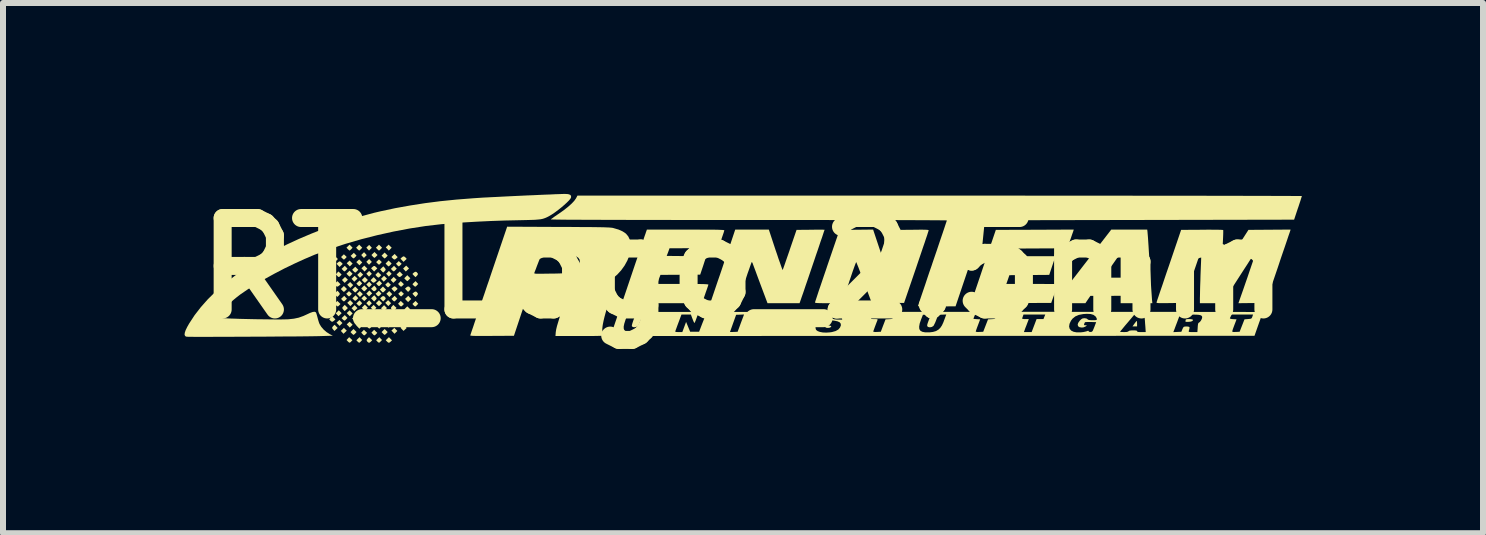
<source format=kicad_pcb>
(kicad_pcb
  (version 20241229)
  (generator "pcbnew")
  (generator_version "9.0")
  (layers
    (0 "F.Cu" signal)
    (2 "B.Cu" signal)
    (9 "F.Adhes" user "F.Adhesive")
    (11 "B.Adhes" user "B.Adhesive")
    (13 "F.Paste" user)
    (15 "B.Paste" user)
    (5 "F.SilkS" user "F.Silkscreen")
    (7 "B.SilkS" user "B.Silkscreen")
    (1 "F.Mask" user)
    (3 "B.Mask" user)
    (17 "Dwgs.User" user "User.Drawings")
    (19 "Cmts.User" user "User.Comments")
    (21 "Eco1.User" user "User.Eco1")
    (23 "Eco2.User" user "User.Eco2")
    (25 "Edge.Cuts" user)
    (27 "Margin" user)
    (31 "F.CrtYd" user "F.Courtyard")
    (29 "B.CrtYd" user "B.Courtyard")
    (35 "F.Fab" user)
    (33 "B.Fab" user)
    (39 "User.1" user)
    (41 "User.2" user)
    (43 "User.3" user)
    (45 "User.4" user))
  (footprint "RT_Logo_2.5mm"
    (layer "F.Cu")
    (at 9.333 1.418)
    (property "Reference" "RT_Logo_2.5mm" (at 0 0 0) (layer "F.SilkS") (effects (font (size 1.524 1.524) (thickness 0.3))))
    (attr board_only exclude_from_pos_files exclude_from_bom)
    (fp_poly (pts (xy -6.425 0.175) (xy -6.479 0.227) (xy -6.524 0.179) (xy -6.473 0.128)) (stroke (width 0) (type solid)) (fill yes) (layer "F.SilkS"))
    (fp_poly (pts (xy -6.425 0.666) (xy -6.479 0.717) (xy -6.524 0.669) (xy -6.473 0.618)) (stroke (width 0) (type solid)) (fill yes) (layer "F.SilkS"))
    (fp_poly (pts (xy -6.336 0.434) (xy -6.384 0.482) (xy -6.435 0.428) (xy -6.387 0.383)) (stroke (width 0) (type solid)) (fill yes) (layer "F.SilkS"))
    (fp_poly (pts (xy -5.934 0.175) (xy -5.988 0.227) (xy -6.033 0.179) (xy -5.982 0.128)) (stroke (width 0) (type solid)) (fill yes) (layer "F.SilkS"))
    (fp_poly (pts (xy -5.934 0.666) (xy -5.988 0.717) (xy -6.033 0.669) (xy -5.982 0.618)) (stroke (width 0) (type solid)) (fill yes) (layer "F.SilkS"))
    (fp_poly (pts (xy -5.865 0.585) (xy -5.912 0.633) (xy -5.963 0.579) (xy -5.915 0.534)) (stroke (width 0) (type solid)) (fill yes) (layer "F.SilkS"))
    (fp_poly (pts (xy -5.846 0.434) (xy -5.893 0.482) (xy -5.944 0.428) (xy -5.897 0.383)) (stroke (width 0) (type solid)) (fill yes) (layer "F.SilkS"))
    (fp_poly (pts (xy -5.774 0.194) (xy -5.828 0.246) (xy -5.873 0.198) (xy -5.822 0.147)) (stroke (width 0) (type solid)) (fill yes) (layer "F.SilkS"))
    (fp_poly (pts (xy -6.953 0.43) (xy -6.98 0.456) (xy -7.007 0.481) (xy -7.052 0.434) (xy -7.027 0.408) (xy -7.001 0.383)) (stroke (width 0) (type solid)) (fill yes) (layer "F.SilkS"))
    (fp_poly (pts (xy -6.799 0.009) (xy -6.846 0.057) (xy -6.872 0.03) (xy -6.897 0.003) (xy -6.874 -0.019) (xy -6.85 -0.042)) (stroke (width 0) (type solid)) (fill yes) (layer "F.SilkS"))
    (fp_poly (pts (xy -6.689 0.751) (xy -6.716 0.777) (xy -6.743 0.802) (xy -6.765 0.778) (xy -6.788 0.754) (xy -6.737 0.703)) (stroke (width 0) (type solid)) (fill yes) (layer "F.SilkS"))
    (fp_poly (pts (xy -6.676 0.915) (xy -6.724 0.963) (xy -6.749 0.936) (xy -6.775 0.909) (xy -6.751 0.887) (xy -6.727 0.864)) (stroke (width 0) (type solid)) (fill yes) (layer "F.SilkS"))
    (fp_poly (pts (xy -6.604 1.043) (xy -6.658 1.095) (xy -6.68 1.071) (xy -6.703 1.047) (xy -6.677 1.021) (xy -6.652 0.996)) (stroke (width 0) (type solid)) (fill yes) (layer "F.SilkS"))
    (fp_poly (pts (xy -6.585 0.194) (xy -6.612 0.22) (xy -6.639 0.246) (xy -6.662 0.222) (xy -6.684 0.198) (xy -6.633 0.147)) (stroke (width 0) (type solid)) (fill yes) (layer "F.SilkS"))
    (fp_poly (pts (xy -6.532 -0.101) (xy -6.506 -0.075) (xy -6.554 -0.028) (xy -6.579 -0.055) (xy -6.605 -0.081) (xy -6.557 -0.126)) (stroke (width 0) (type solid)) (fill yes) (layer "F.SilkS"))
    (fp_poly (pts (xy -6.532 0.729) (xy -6.506 0.755) (xy -6.554 0.802) (xy -6.579 0.776) (xy -6.605 0.749) (xy -6.557 0.704)) (stroke (width 0) (type solid)) (fill yes) (layer "F.SilkS"))
    (fp_poly (pts (xy -6.522 0.56) (xy -6.497 0.585) (xy -6.544 0.633) (xy -6.596 0.579) (xy -6.572 0.557) (xy -6.548 0.534)) (stroke (width 0) (type solid)) (fill yes) (layer "F.SilkS"))
    (fp_poly (pts (xy -6.506 0.944) (xy -6.554 0.991) (xy -6.579 0.964) (xy -6.605 0.938) (xy -6.581 0.915) (xy -6.557 0.893)) (stroke (width 0) (type solid)) (fill yes) (layer "F.SilkS"))
    (fp_poly (pts (xy -6.331 0.109) (xy -6.358 0.135) (xy -6.384 0.161) (xy -6.407 0.137) (xy -6.429 0.113) (xy -6.378 0.062)) (stroke (width 0) (type solid)) (fill yes) (layer "F.SilkS"))
    (fp_poly (pts (xy -6.261 0.009) (xy -6.308 0.057) (xy -6.334 0.03) (xy -6.36 0.003) (xy -6.336 -0.019) (xy -6.312 -0.042)) (stroke (width 0) (type solid)) (fill yes) (layer "F.SilkS"))
    (fp_poly (pts (xy -6.208 0.071) (xy -6.186 0.095) (xy -6.233 0.142) (xy -6.256 0.118) (xy -6.278 0.094) (xy -6.231 0.047)) (stroke (width 0) (type solid)) (fill yes) (layer "F.SilkS"))
    (fp_poly (pts (xy -6.208 0.25) (xy -6.186 0.274) (xy -6.233 0.321) (xy -6.256 0.297) (xy -6.278 0.273) (xy -6.231 0.226)) (stroke (width 0) (type solid)) (fill yes) (layer "F.SilkS"))
    (fp_poly (pts (xy -6.208 0.561) (xy -6.186 0.586) (xy -6.233 0.633) (xy -6.256 0.609) (xy -6.278 0.584) (xy -6.231 0.537)) (stroke (width 0) (type solid)) (fill yes) (layer "F.SilkS"))
    (fp_poly (pts (xy -6.041 0.937) (xy -6.015 0.962) (xy -6.063 1.01) (xy -6.089 0.983) (xy -6.114 0.956) (xy -6.066 0.911)) (stroke (width 0) (type solid)) (fill yes) (layer "F.SilkS"))
    (fp_poly (pts (xy -5.949 0.84) (xy -5.997 0.887) (xy -6.023 0.861) (xy -6.048 0.834) (xy -6.024 0.811) (xy -6 0.789)) (stroke (width 0) (type solid)) (fill yes) (layer "F.SilkS"))
    (fp_poly (pts (xy -5.761 1.047) (xy -5.808 1.095) (xy -5.834 1.068) (xy -5.86 1.041) (xy -5.836 1.019) (xy -5.812 0.996)) (stroke (width 0) (type solid)) (fill yes) (layer "F.SilkS"))
    (fp_poly (pts (xy -5.699 0.731) (xy -5.676 0.755) (xy -5.723 0.803) (xy -5.769 0.754) (xy -5.745 0.731) (xy -5.722 0.707)) (stroke (width 0) (type solid)) (fill yes) (layer "F.SilkS"))
    (fp_poly (pts (xy -5.566 0.006) (xy -5.62 0.057) (xy -5.642 0.033) (xy -5.665 0.009) (xy -5.64 -0.017) (xy -5.614 -0.042)) (stroke (width 0) (type solid)) (fill yes) (layer "F.SilkS"))
    (fp_poly (pts (xy -6.371 -0.12) (xy -6.346 -0.094) (xy -6.393 -0.047) (xy -6.419 -0.074) (xy -6.445 -0.1) (xy -6.421 -0.123) (xy -6.397 -0.145)) (stroke (width 0) (type solid)) (fill yes) (layer "F.SilkS"))
    (fp_poly (pts (xy -6.371 0.937) (xy -6.346 0.962) (xy -6.393 1.01) (xy -6.419 0.983) (xy -6.445 0.956) (xy -6.421 0.934) (xy -6.397 0.911)) (stroke (width 0) (type solid)) (fill yes) (layer "F.SilkS"))
    (fp_poly (pts (xy -6.18 0.421) (xy -6.207 0.446) (xy -6.233 0.472) (xy -6.256 0.448) (xy -6.278 0.424) (xy -6.253 0.399) (xy -6.227 0.373)) (stroke (width 0) (type solid)) (fill yes) (layer "F.SilkS"))
    (fp_poly (pts (xy -6.133 0.637) (xy -6.11 0.661) (xy -6.134 0.685) (xy -6.158 0.708) (xy -6.18 0.684) (xy -6.203 0.66) (xy -6.156 0.613)) (stroke (width 0) (type solid)) (fill yes) (layer "F.SilkS"))
    (fp_poly (pts (xy -5.881 -0.365) (xy -5.855 -0.34) (xy -5.903 -0.292) (xy -5.928 -0.319) (xy -5.954 -0.346) (xy -5.93 -0.368) (xy -5.906 -0.391)) (stroke (width 0) (type solid)) (fill yes) (layer "F.SilkS"))
    (fp_poly (pts (xy -6.756 0.997) (xy -6.809 1.048) (xy -6.829 1.026) (xy -6.846 1.004) (xy -6.847 0.988) (xy -6.833 0.969) (xy -6.828 0.964) (xy -6.806 0.944)) (stroke (width 0) (type solid)) (fill yes) (layer "F.SilkS"))
    (fp_poly (pts (xy -6.522 0.258) (xy -6.497 0.283) (xy -6.52 0.307) (xy -6.544 0.331) (xy -6.57 0.304) (xy -6.596 0.277) (xy -6.572 0.255) (xy -6.548 0.232)) (stroke (width 0) (type solid)) (fill yes) (layer "F.SilkS"))
    (fp_poly (pts (xy -6.359 0.722) (xy -6.337 0.746) (xy -6.36 0.769) (xy -6.384 0.793) (xy -6.407 0.769) (xy -6.429 0.745) (xy -6.406 0.721) (xy -6.382 0.698)) (stroke (width 0) (type solid)) (fill yes) (layer "F.SilkS"))
    (fp_poly (pts (xy -6.293 -0.241) (xy -6.271 -0.216) (xy -6.294 -0.193) (xy -6.318 -0.169) (xy -6.341 -0.193) (xy -6.363 -0.218) (xy -6.34 -0.241) (xy -6.316 -0.265)) (stroke (width 0) (type solid)) (fill yes) (layer "F.SilkS"))
    (fp_poly (pts (xy -6.208 -0.363) (xy -6.186 -0.339) (xy -6.209 -0.316) (xy -6.233 -0.292) (xy -6.256 -0.316) (xy -6.278 -0.34) (xy -6.255 -0.364) (xy -6.231 -0.387)) (stroke (width 0) (type solid)) (fill yes) (layer "F.SilkS"))
    (fp_poly (pts (xy -6.208 -0.127) (xy -6.186 -0.103) (xy -6.209 -0.08) (xy -6.233 -0.056) (xy -6.256 -0.08) (xy -6.278 -0.104) (xy -6.255 -0.128) (xy -6.231 -0.151)) (stroke (width 0) (type solid)) (fill yes) (layer "F.SilkS"))
    (fp_poly (pts (xy -5.878 0.071) (xy -5.856 0.095) (xy -5.879 0.118) (xy -5.903 0.142) (xy -5.925 0.118) (xy -5.948 0.094) (xy -5.924 0.07) (xy -5.901 0.047)) (stroke (width 0) (type solid)) (fill yes) (layer "F.SilkS"))
    (fp_poly (pts (xy -5.713 0.888) (xy -5.689 0.911) (xy -5.716 0.937) (xy -5.743 0.963) (xy -5.765 0.939) (xy -5.788 0.915) (xy -5.762 0.889) (xy -5.737 0.864)) (stroke (width 0) (type solid)) (fill yes) (layer "F.SilkS"))
    (fp_poly (pts (xy -5.554 0.489) (xy -5.529 0.515) (xy -5.556 0.541) (xy -5.582 0.566) (xy -5.608 0.54) (xy -5.633 0.513) (xy -5.606 0.488) (xy -5.58 0.462)) (stroke (width 0) (type solid)) (fill yes) (layer "F.SilkS"))
    (fp_poly (pts (xy -6.818 0.17) (xy -6.841 0.193) (xy -6.859 0.211) (xy -6.872 0.215) (xy -6.886 0.205) (xy -6.896 0.195) (xy -6.916 0.173) (xy -6.89 0.148) (xy -6.863 0.122)) (stroke (width 0) (type solid)) (fill yes) (layer "F.SilkS"))
    (fp_poly (pts (xy -6.739 0.399) (xy -6.722 0.42) (xy -6.721 0.437) (xy -6.735 0.456) (xy -6.74 0.461) (xy -6.762 0.481) (xy -6.787 0.455) (xy -6.812 0.428) (xy -6.759 0.377)) (stroke (width 0) (type solid)) (fill yes) (layer "F.SilkS"))
    (fp_poly (pts (xy -6.735 0.572) (xy -6.709 0.598) (xy -6.729 0.62) (xy -6.746 0.636) (xy -6.759 0.639) (xy -6.774 0.628) (xy -6.784 0.618) (xy -6.806 0.594) (xy -6.762 0.547)) (stroke (width 0) (type solid)) (fill yes) (layer "F.SilkS"))
    (fp_poly (pts (xy -6.708 0.27) (xy -6.73 0.291) (xy -6.752 0.307) (xy -6.768 0.309) (xy -6.787 0.295) (xy -6.792 0.29) (xy -6.812 0.268) (xy -6.786 0.242) (xy -6.759 0.217)) (stroke (width 0) (type solid)) (fill yes) (layer "F.SilkS"))
    (fp_poly (pts (xy -6.592 0.009) (xy -6.614 0.033) (xy -6.633 0.051) (xy -6.645 0.055) (xy -6.66 0.044) (xy -6.669 0.035) (xy -6.69 0.013) (xy -6.663 -0.012) (xy -6.637 -0.038)) (stroke (width 0) (type solid)) (fill yes) (layer "F.SilkS"))
    (fp_poly (pts (xy -6.413 0.5) (xy -6.435 0.524) (xy -6.453 0.541) (xy -6.466 0.545) (xy -6.48 0.535) (xy -6.49 0.525) (xy -6.51 0.504) (xy -6.484 0.478) (xy -6.457 0.453)) (stroke (width 0) (type solid)) (fill yes) (layer "F.SilkS"))
    (fp_poly (pts (xy -6.369 1.175) (xy -6.347 1.198) (xy -6.369 1.222) (xy -6.387 1.24) (xy -6.4 1.243) (xy -6.414 1.233) (xy -6.424 1.224) (xy -6.444 1.202) (xy -6.391 1.151)) (stroke (width 0) (type solid)) (fill yes) (layer "F.SilkS"))
    (fp_poly (pts (xy -6.347 0.255) (xy -6.369 0.278) (xy -6.387 0.296) (xy -6.4 0.3) (xy -6.414 0.29) (xy -6.424 0.28) (xy -6.444 0.258) (xy -6.418 0.233) (xy -6.391 0.207)) (stroke (width 0) (type solid)) (fill yes) (layer "F.SilkS"))
    (fp_poly (pts (xy -6.347 0.585) (xy -6.369 0.609) (xy -6.387 0.626) (xy -6.4 0.63) (xy -6.414 0.62) (xy -6.424 0.61) (xy -6.444 0.589) (xy -6.418 0.563) (xy -6.391 0.538)) (stroke (width 0) (type solid)) (fill yes) (layer "F.SilkS"))
    (fp_poly (pts (xy -6.292 1.054) (xy -6.265 1.079) (xy -6.286 1.101) (xy -6.303 1.118) (xy -6.316 1.121) (xy -6.331 1.11) (xy -6.341 1.099) (xy -6.363 1.076) (xy -6.318 1.028)) (stroke (width 0) (type solid)) (fill yes) (layer "F.SilkS"))
    (fp_poly (pts (xy -6.056 0.091) (xy -6.029 0.117) (xy -6.05 0.139) (xy -6.067 0.155) (xy -6.08 0.158) (xy -6.095 0.147) (xy -6.105 0.137) (xy -6.127 0.113) (xy -6.082 0.066)) (stroke (width 0) (type solid)) (fill yes) (layer "F.SilkS"))
    (fp_poly (pts (xy -6.056 0.723) (xy -6.029 0.749) (xy -6.05 0.771) (xy -6.067 0.787) (xy -6.08 0.79) (xy -6.095 0.779) (xy -6.105 0.769) (xy -6.127 0.745) (xy -6.082 0.698)) (stroke (width 0) (type solid)) (fill yes) (layer "F.SilkS"))
    (fp_poly (pts (xy -6.026 0.425) (xy -6.048 0.448) (xy -6.066 0.466) (xy -6.079 0.47) (xy -6.094 0.46) (xy -6.103 0.45) (xy -6.124 0.428) (xy -6.097 0.403) (xy -6.07 0.377)) (stroke (width 0) (type solid)) (fill yes) (layer "F.SilkS"))
    (fp_poly (pts (xy -6.016 0.255) (xy -6.039 0.278) (xy -6.057 0.296) (xy -6.07 0.3) (xy -6.084 0.29) (xy -6.094 0.28) (xy -6.114 0.258) (xy -6.088 0.233) (xy -6.061 0.207)) (stroke (width 0) (type solid)) (fill yes) (layer "F.SilkS"))
    (fp_poly (pts (xy -5.762 0.51) (xy -5.784 0.533) (xy -5.802 0.551) (xy -5.815 0.555) (xy -5.829 0.545) (xy -5.839 0.535) (xy -5.859 0.513) (xy -5.833 0.488) (xy -5.806 0.462)) (stroke (width 0) (type solid)) (fill yes) (layer "F.SilkS"))
    (fp_poly (pts (xy -5.696 0.083) (xy -5.67 0.11) (xy -5.692 0.13) (xy -5.714 0.147) (xy -5.73 0.148) (xy -5.749 0.134) (xy -5.754 0.129) (xy -5.774 0.107) (xy -5.721 0.057)) (stroke (width 0) (type solid)) (fill yes) (layer "F.SilkS"))
    (fp_poly (pts (xy -5.593 0.827) (xy -5.567 0.853) (xy -5.587 0.875) (xy -5.605 0.891) (xy -5.618 0.894) (xy -5.632 0.883) (xy -5.642 0.873) (xy -5.665 0.849) (xy -5.62 0.802)) (stroke (width 0) (type solid)) (fill yes) (layer "F.SilkS"))
    (fp_poly (pts (xy 6.564 0.887) (xy 6.566 0.906) (xy 6.567 0.924) (xy 6.567 0.972) (xy 6.49 0.972) (xy 6.521 0.929) (xy 6.54 0.904) (xy 6.554 0.886) (xy 6.56 0.881)) (stroke (width 0) (type solid)) (fill yes) (layer "F.SilkS"))
    (fp_poly (pts (xy -6.819 0.829) (xy -6.793 0.855) (xy -6.815 0.876) (xy -6.837 0.892) (xy -6.853 0.894) (xy -6.872 0.88) (xy -6.877 0.875) (xy -6.897 0.853) (xy -6.871 0.827) (xy -6.844 0.802)) (stroke (width 0) (type solid)) (fill yes) (layer "F.SilkS"))
    (fp_poly (pts (xy -6.716 0.082) (xy -6.69 0.107) (xy -6.71 0.129) (xy -6.728 0.146) (xy -6.74 0.149) (xy -6.755 0.138) (xy -6.765 0.127) (xy -6.787 0.104) (xy -6.765 0.08) (xy -6.743 0.056)) (stroke (width 0) (type solid)) (fill yes) (layer "F.SilkS"))
    (fp_poly (pts (xy -6.696 -0.096) (xy -6.691 -0.091) (xy -6.671 -0.07) (xy -6.697 -0.044) (xy -6.724 -0.019) (xy -6.749 -0.045) (xy -6.775 -0.072) (xy -6.753 -0.093) (xy -6.732 -0.109) (xy -6.715 -0.111)) (stroke (width 0) (type solid)) (fill yes) (layer "F.SilkS"))
    (fp_poly (pts (xy -6.624 0.486) (xy -6.601 0.51) (xy -6.624 0.533) (xy -6.642 0.551) (xy -6.655 0.555) (xy -6.669 0.545) (xy -6.679 0.535) (xy -6.699 0.513) (xy -6.673 0.488) (xy -6.646 0.462)) (stroke (width 0) (type solid)) (fill yes) (layer "F.SilkS"))
    (fp_poly (pts (xy -6.614 0.807) (xy -6.592 0.83) (xy -6.614 0.854) (xy -6.633 0.872) (xy -6.645 0.875) (xy -6.66 0.865) (xy -6.669 0.856) (xy -6.69 0.834) (xy -6.663 0.808) (xy -6.637 0.783)) (stroke (width 0) (type solid)) (fill yes) (layer "F.SilkS"))
    (fp_poly (pts (xy -6.611 0.64) (xy -6.586 0.666) (xy -6.612 0.692) (xy -6.639 0.717) (xy -6.66 0.695) (xy -6.676 0.674) (xy -6.678 0.657) (xy -6.663 0.639) (xy -6.658 0.634) (xy -6.637 0.613)) (stroke (width 0) (type solid)) (fill yes) (layer "F.SilkS"))
    (fp_poly (pts (xy -6.537 1.176) (xy -6.51 1.202) (xy -6.531 1.224) (xy -6.548 1.24) (xy -6.561 1.243) (xy -6.576 1.232) (xy -6.586 1.222) (xy -6.608 1.198) (xy -6.586 1.175) (xy -6.564 1.151)) (stroke (width 0) (type solid)) (fill yes) (layer "F.SilkS"))
    (fp_poly (pts (xy -6.463 -0.231) (xy -6.441 -0.208) (xy -6.463 -0.184) (xy -6.482 -0.166) (xy -6.495 -0.162) (xy -6.509 -0.173) (xy -6.518 -0.182) (xy -6.539 -0.204) (xy -6.512 -0.23) (xy -6.486 -0.255)) (stroke (width 0) (type solid)) (fill yes) (layer "F.SilkS"))
    (fp_poly (pts (xy -6.346 -0.34) (xy -6.369 -0.316) (xy -6.385 -0.3) (xy -6.396 -0.293) (xy -6.397 -0.292) (xy -6.407 -0.299) (xy -6.423 -0.314) (xy -6.426 -0.316) (xy -6.448 -0.34) (xy -6.397 -0.391)) (stroke (width 0) (type solid)) (fill yes) (layer "F.SilkS"))
    (fp_poly (pts (xy -6.207 0.94) (xy -6.18 0.966) (xy -6.201 0.988) (xy -6.218 1.004) (xy -6.231 1.007) (xy -6.246 0.996) (xy -6.256 0.986) (xy -6.278 0.962) (xy -6.256 0.939) (xy -6.233 0.915)) (stroke (width 0) (type solid)) (fill yes) (layer "F.SilkS"))
    (fp_poly (pts (xy -6.13 0.177) (xy -6.104 0.204) (xy -6.126 0.225) (xy -6.148 0.241) (xy -6.164 0.243) (xy -6.183 0.229) (xy -6.188 0.223) (xy -6.208 0.202) (xy -6.182 0.176) (xy -6.155 0.151)) (stroke (width 0) (type solid)) (fill yes) (layer "F.SilkS"))
    (fp_poly (pts (xy -6.125 0.475) (xy -6.109 0.496) (xy -6.107 0.513) (xy -6.122 0.531) (xy -6.127 0.536) (xy -6.148 0.557) (xy -6.174 0.53) (xy -6.199 0.504) (xy -6.173 0.478) (xy -6.146 0.453)) (stroke (width 0) (type solid)) (fill yes) (layer "F.SilkS"))
    (fp_poly (pts (xy -6.122 1.054) (xy -6.095 1.079) (xy -6.116 1.101) (xy -6.133 1.118) (xy -6.146 1.121) (xy -6.161 1.11) (xy -6.171 1.099) (xy -6.193 1.076) (xy -6.171 1.052) (xy -6.148 1.028)) (stroke (width 0) (type solid)) (fill yes) (layer "F.SilkS"))
    (fp_poly (pts (xy -6.121 -0.021) (xy -6.116 -0.016) (xy -6.095 0.006) (xy -6.122 0.031) (xy -6.148 0.057) (xy -6.174 0.03) (xy -6.199 0.003) (xy -6.177 -0.017) (xy -6.156 -0.034) (xy -6.139 -0.035)) (stroke (width 0) (type solid)) (fill yes) (layer "F.SilkS"))
    (fp_poly (pts (xy -6.121 0.829) (xy -6.095 0.855) (xy -6.117 0.876) (xy -6.138 0.892) (xy -6.155 0.894) (xy -6.174 0.88) (xy -6.179 0.875) (xy -6.199 0.853) (xy -6.173 0.827) (xy -6.146 0.802)) (stroke (width 0) (type solid)) (fill yes) (layer "F.SilkS"))
    (fp_poly (pts (xy -6.039 1.175) (xy -6.016 1.198) (xy -6.039 1.222) (xy -6.057 1.24) (xy -6.07 1.243) (xy -6.084 1.233) (xy -6.094 1.224) (xy -6.114 1.202) (xy -6.088 1.176) (xy -6.061 1.151)) (stroke (width 0) (type solid)) (fill yes) (layer "F.SilkS"))
    (fp_poly (pts (xy -5.98 0.47) (xy -5.961 0.491) (xy -5.959 0.494) (xy -5.955 0.508) (xy -5.964 0.524) (xy -5.973 0.533) (xy -5.997 0.557) (xy -6.048 0.504) (xy -6.024 0.481) (xy -6.001 0.466)) (stroke (width 0) (type solid)) (fill yes) (layer "F.SilkS"))
    (fp_poly (pts (xy -5.974 -0.007) (xy -5.958 0.015) (xy -5.956 0.031) (xy -5.971 0.05) (xy -5.976 0.055) (xy -5.997 0.075) (xy -6.023 0.049) (xy -6.048 0.022) (xy -6.022 -0.003) (xy -5.995 -0.029)) (stroke (width 0) (type solid)) (fill yes) (layer "F.SilkS"))
    (fp_poly (pts (xy -5.875 1.178) (xy -5.85 1.204) (xy -5.872 1.225) (xy -5.893 1.242) (xy -5.91 1.243) (xy -5.928 1.229) (xy -5.933 1.224) (xy -5.954 1.202) (xy -5.927 1.176) (xy -5.901 1.151)) (stroke (width 0) (type solid)) (fill yes) (layer "F.SilkS"))
    (fp_poly (pts (xy -5.856 -0.076) (xy -5.878 -0.052) (xy -5.895 -0.036) (xy -5.906 -0.028) (xy -5.907 -0.028) (xy -5.917 -0.035) (xy -5.933 -0.05) (xy -5.935 -0.052) (xy -5.957 -0.076) (xy -5.907 -0.127)) (stroke (width 0) (type solid)) (fill yes) (layer "F.SilkS"))
    (fp_poly (pts (xy -5.793 -0.014) (xy -5.771 0.009) (xy -5.793 0.033) (xy -5.812 0.051) (xy -5.825 0.055) (xy -5.839 0.044) (xy -5.848 0.035) (xy -5.869 0.013) (xy -5.842 -0.012) (xy -5.816 -0.038)) (stroke (width 0) (type solid)) (fill yes) (layer "F.SilkS"))
    (fp_poly (pts (xy -5.793 0.807) (xy -5.771 0.83) (xy -5.793 0.854) (xy -5.812 0.872) (xy -5.825 0.875) (xy -5.839 0.865) (xy -5.848 0.856) (xy -5.869 0.834) (xy -5.842 0.808) (xy -5.816 0.783)) (stroke (width 0) (type solid)) (fill yes) (layer "F.SilkS"))
    (fp_poly (pts (xy -5.781 0.319) (xy -5.776 0.324) (xy -5.756 0.346) (xy -5.782 0.371) (xy -5.809 0.396) (xy -5.834 0.37) (xy -5.86 0.343) (xy -5.838 0.323) (xy -5.816 0.306) (xy -5.8 0.305)) (stroke (width 0) (type solid)) (fill yes) (layer "F.SilkS"))
    (fp_poly (pts (xy -5.781 -0.209) (xy -5.755 -0.183) (xy -5.777 -0.162) (xy -5.799 -0.145) (xy -5.815 -0.144) (xy -5.834 -0.158) (xy -5.839 -0.163) (xy -5.859 -0.185) (xy -5.833 -0.211) (xy -5.806 -0.236)) (stroke (width 0) (type solid)) (fill yes) (layer "F.SilkS"))
    (fp_poly (pts (xy -5.678 0.242) (xy -5.652 0.268) (xy -5.672 0.29) (xy -5.69 0.306) (xy -5.702 0.309) (xy -5.717 0.298) (xy -5.727 0.288) (xy -5.749 0.264) (xy -5.727 0.241) (xy -5.705 0.217)) (stroke (width 0) (type solid)) (fill yes) (layer "F.SilkS"))
    (fp_poly (pts (xy -5.678 0.572) (xy -5.652 0.598) (xy -5.672 0.62) (xy -5.69 0.636) (xy -5.702 0.639) (xy -5.717 0.628) (xy -5.727 0.618) (xy -5.749 0.594) (xy -5.727 0.571) (xy -5.705 0.547)) (stroke (width 0) (type solid)) (fill yes) (layer "F.SilkS"))
    (fp_poly (pts (xy -5.63 -0.181) (xy -5.625 -0.176) (xy -5.605 -0.154) (xy -5.631 -0.129) (xy -5.658 -0.104) (xy -5.683 -0.13) (xy -5.709 -0.157) (xy -5.687 -0.178) (xy -5.665 -0.194) (xy -5.649 -0.195)) (stroke (width 0) (type solid)) (fill yes) (layer "F.SilkS"))
    (fp_poly (pts (xy -5.63 0.97) (xy -5.625 0.975) (xy -5.605 0.997) (xy -5.631 1.022) (xy -5.658 1.047) (xy -5.683 1.021) (xy -5.709 0.994) (xy -5.687 0.974) (xy -5.665 0.957) (xy -5.649 0.956)) (stroke (width 0) (type solid)) (fill yes) (layer "F.SilkS"))
    (fp_poly (pts (xy -5.565 0.309) (xy -5.545 0.331) (xy -5.544 0.333) (xy -5.54 0.347) (xy -5.549 0.364) (xy -5.558 0.373) (xy -5.582 0.397) (xy -5.633 0.343) (xy -5.609 0.32) (xy -5.586 0.306)) (stroke (width 0) (type solid)) (fill yes) (layer "F.SilkS"))
    (fp_poly (pts (xy -5.544 0.688) (xy -5.567 0.712) (xy -5.583 0.728) (xy -5.594 0.736) (xy -5.595 0.736) (xy -5.605 0.73) (xy -5.621 0.715) (xy -5.624 0.712) (xy -5.646 0.688) (xy -5.595 0.637)) (stroke (width 0) (type solid)) (fill yes) (layer "F.SilkS"))
    (fp_poly (pts (xy -5.443 0.394) (xy -5.423 0.416) (xy -5.421 0.418) (xy -5.418 0.432) (xy -5.427 0.448) (xy -5.435 0.458) (xy -5.459 0.482) (xy -5.51 0.428) (xy -5.486 0.405) (xy -5.463 0.391)) (stroke (width 0) (type solid)) (fill yes) (layer "F.SilkS"))
    (fp_poly (pts (xy -5.435 0.241) (xy -5.413 0.264) (xy -5.435 0.288) (xy -5.453 0.306) (xy -5.466 0.309) (xy -5.48 0.299) (xy -5.49 0.29) (xy -5.51 0.268) (xy -5.484 0.242) (xy -5.457 0.217)) (stroke (width 0) (type solid)) (fill yes) (layer "F.SilkS"))
    (fp_poly (pts (xy -5.435 0.571) (xy -5.413 0.594) (xy -5.435 0.618) (xy -5.453 0.636) (xy -5.466 0.64) (xy -5.48 0.629) (xy -5.49 0.62) (xy -5.51 0.598) (xy -5.484 0.572) (xy -5.457 0.547)) (stroke (width 0) (type solid)) (fill yes) (layer "F.SilkS"))
    (fp_poly (pts (xy -6.954 0.758) (xy -6.974 0.78) (xy -6.99 0.795) (xy -7.001 0.802) (xy -7.001 0.802) (xy -7.011 0.796) (xy -7.027 0.781) (xy -7.028 0.78) (xy -7.048 0.758) (xy -7.025 0.736) (xy -7.001 0.714)) (stroke (width 0) (type solid)) (fill yes) (layer "F.SilkS"))
    (fp_poly (pts (xy -6.95 0.103) (xy -6.972 0.127) (xy -6.989 0.143) (xy -7 0.151) (xy -7.001 0.151) (xy -7.011 0.145) (xy -7.027 0.13) (xy -7.03 0.127) (xy -7.052 0.103) (xy -7.027 0.078) (xy -7.001 0.052)) (stroke (width 0) (type solid)) (fill yes) (layer "F.SilkS"))
    (fp_poly (pts (xy -6.95 0.264) (xy -6.972 0.288) (xy -6.989 0.304) (xy -7 0.311) (xy -7.001 0.311) (xy -7.011 0.305) (xy -7.027 0.29) (xy -7.03 0.288) (xy -7.052 0.264) (xy -7.027 0.238) (xy -7.001 0.213)) (stroke (width 0) (type solid)) (fill yes) (layer "F.SilkS"))
    (fp_poly (pts (xy -6.95 0.594) (xy -6.972 0.618) (xy -6.989 0.634) (xy -7 0.641) (xy -7.001 0.642) (xy -7.011 0.635) (xy -7.027 0.62) (xy -7.03 0.618) (xy -7.052 0.594) (xy -7.027 0.568) (xy -7.001 0.543)) (stroke (width 0) (type solid)) (fill yes) (layer "F.SilkS"))
    (fp_poly (pts (xy -6.855 0.491) (xy -6.831 0.513) (xy -6.852 0.535) (xy -6.868 0.55) (xy -6.878 0.557) (xy -6.878 0.557) (xy -6.888 0.55) (xy -6.904 0.536) (xy -6.905 0.535) (xy -6.926 0.513) (xy -6.878 0.468)) (stroke (width 0) (type solid)) (fill yes) (layer "F.SilkS"))
    (fp_poly (pts (xy -6.818 0.688) (xy -6.84 0.712) (xy -6.857 0.728) (xy -6.868 0.736) (xy -6.869 0.736) (xy -6.879 0.73) (xy -6.895 0.715) (xy -6.897 0.712) (xy -6.92 0.688) (xy -6.894 0.663) (xy -6.869 0.637)) (stroke (width 0) (type solid)) (fill yes) (layer "F.SilkS"))
    (fp_poly (pts (xy -6.777 -0.177) (xy -6.752 -0.151) (xy -6.774 -0.128) (xy -6.791 -0.112) (xy -6.802 -0.104) (xy -6.803 -0.104) (xy -6.813 -0.11) (xy -6.829 -0.125) (xy -6.831 -0.128) (xy -6.854 -0.151) (xy -6.803 -0.202)) (stroke (width 0) (type solid)) (fill yes) (layer "F.SilkS"))
    (fp_poly (pts (xy -6.628 -0.208) (xy -6.605 -0.185) (xy -6.625 -0.163) (xy -6.641 -0.148) (xy -6.652 -0.142) (xy -6.652 -0.142) (xy -6.662 -0.148) (xy -6.678 -0.163) (xy -6.679 -0.163) (xy -6.699 -0.185) (xy -6.652 -0.23)) (stroke (width 0) (type solid)) (fill yes) (layer "F.SilkS"))
    (fp_poly (pts (xy -6.543 0.406) (xy -6.52 0.428) (xy -6.54 0.45) (xy -6.556 0.465) (xy -6.567 0.472) (xy -6.567 0.472) (xy -6.577 0.466) (xy -6.593 0.451) (xy -6.594 0.45) (xy -6.614 0.428) (xy -6.567 0.384)) (stroke (width 0) (type solid)) (fill yes) (layer "F.SilkS"))
    (fp_poly (pts (xy -6.507 -0.34) (xy -6.529 -0.316) (xy -6.546 -0.3) (xy -6.557 -0.293) (xy -6.558 -0.292) (xy -6.568 -0.299) (xy -6.584 -0.314) (xy -6.586 -0.316) (xy -6.609 -0.34) (xy -6.583 -0.366) (xy -6.558 -0.391)) (stroke (width 0) (type solid)) (fill yes) (layer "F.SilkS"))
    (fp_poly (pts (xy -6.507 0.094) (xy -6.529 0.118) (xy -6.546 0.134) (xy -6.557 0.141) (xy -6.558 0.142) (xy -6.568 0.135) (xy -6.584 0.12) (xy -6.586 0.118) (xy -6.609 0.094) (xy -6.583 0.068) (xy -6.558 0.043)) (stroke (width 0) (type solid)) (fill yes) (layer "F.SilkS"))
    (fp_poly (pts (xy -6.466 1.04) (xy -6.441 1.066) (xy -6.463 1.09) (xy -6.48 1.106) (xy -6.491 1.113) (xy -6.492 1.113) (xy -6.501 1.107) (xy -6.518 1.092) (xy -6.52 1.09) (xy -6.542 1.066) (xy -6.492 1.015)) (stroke (width 0) (type solid)) (fill yes) (layer "F.SilkS"))
    (fp_poly (pts (xy -6.438 0.002) (xy -6.412 0.028) (xy -6.435 0.052) (xy -6.451 0.068) (xy -6.462 0.075) (xy -6.463 0.075) (xy -6.473 0.069) (xy -6.489 0.054) (xy -6.492 0.052) (xy -6.514 0.028) (xy -6.463 -0.023)) (stroke (width 0) (type solid)) (fill yes) (layer "F.SilkS"))
    (fp_poly (pts (xy -6.438 0.333) (xy -6.412 0.358) (xy -6.435 0.382) (xy -6.451 0.398) (xy -6.462 0.406) (xy -6.463 0.406) (xy -6.473 0.4) (xy -6.489 0.384) (xy -6.492 0.382) (xy -6.514 0.358) (xy -6.463 0.307)) (stroke (width 0) (type solid)) (fill yes) (layer "F.SilkS"))
    (fp_poly (pts (xy -6.289 0.481) (xy -6.265 0.503) (xy -6.286 0.525) (xy -6.302 0.541) (xy -6.312 0.547) (xy -6.312 0.547) (xy -6.322 0.541) (xy -6.338 0.526) (xy -6.339 0.525) (xy -6.36 0.503) (xy -6.312 0.459)) (stroke (width 0) (type solid)) (fill yes) (layer "F.SilkS"))
    (fp_poly (pts (xy -6.287 0.314) (xy -6.261 0.339) (xy -6.284 0.363) (xy -6.3 0.379) (xy -6.312 0.387) (xy -6.312 0.387) (xy -6.322 0.381) (xy -6.338 0.365) (xy -6.341 0.363) (xy -6.363 0.339) (xy -6.312 0.288)) (stroke (width 0) (type solid)) (fill yes) (layer "F.SilkS"))
    (fp_poly (pts (xy -6.287 0.823) (xy -6.261 0.849) (xy -6.284 0.873) (xy -6.3 0.889) (xy -6.312 0.896) (xy -6.312 0.896) (xy -6.322 0.89) (xy -6.338 0.875) (xy -6.341 0.873) (xy -6.363 0.849) (xy -6.312 0.798)) (stroke (width 0) (type solid)) (fill yes) (layer "F.SilkS"))
    (fp_poly (pts (xy -6.277 0.634) (xy -6.252 0.66) (xy -6.274 0.684) (xy -6.291 0.7) (xy -6.302 0.708) (xy -6.303 0.708) (xy -6.313 0.701) (xy -6.329 0.686) (xy -6.331 0.684) (xy -6.354 0.66) (xy -6.303 0.609)) (stroke (width 0) (type solid)) (fill yes) (layer "F.SilkS"))
    (fp_poly (pts (xy -6.252 0.198) (xy -6.274 0.221) (xy -6.291 0.237) (xy -6.302 0.245) (xy -6.303 0.245) (xy -6.313 0.239) (xy -6.329 0.224) (xy -6.331 0.221) (xy -6.354 0.198) (xy -6.328 0.172) (xy -6.303 0.147)) (stroke (width 0) (type solid)) (fill yes) (layer "F.SilkS"))
    (fp_poly (pts (xy -6.207 0.742) (xy -6.18 0.768) (xy -6.201 0.79) (xy -6.222 0.808) (xy -6.24 0.809) (xy -6.259 0.794) (xy -6.272 0.776) (xy -6.271 0.761) (xy -6.257 0.742) (xy -6.254 0.739) (xy -6.233 0.717)) (stroke (width 0) (type solid)) (fill yes) (layer "F.SilkS"))
    (fp_poly (pts (xy -6.207 1.176) (xy -6.18 1.202) (xy -6.201 1.224) (xy -6.222 1.242) (xy -6.24 1.243) (xy -6.259 1.228) (xy -6.272 1.21) (xy -6.271 1.195) (xy -6.257 1.176) (xy -6.254 1.173) (xy -6.233 1.151)) (stroke (width 0) (type solid)) (fill yes) (layer "F.SilkS"))
    (fp_poly (pts (xy -6.091 -0.218) (xy -6.114 -0.194) (xy -6.131 -0.178) (xy -6.142 -0.17) (xy -6.142 -0.17) (xy -6.152 -0.176) (xy -6.169 -0.191) (xy -6.171 -0.194) (xy -6.193 -0.218) (xy -6.168 -0.243) (xy -6.142 -0.268)) (stroke (width 0) (type solid)) (fill yes) (layer "F.SilkS"))
    (fp_poly (pts (xy -6.016 -0.34) (xy -6.038 -0.316) (xy -6.055 -0.3) (xy -6.066 -0.293) (xy -6.067 -0.292) (xy -6.077 -0.299) (xy -6.093 -0.314) (xy -6.095 -0.316) (xy -6.118 -0.34) (xy -6.092 -0.366) (xy -6.067 -0.391)) (stroke (width 0) (type solid)) (fill yes) (layer "F.SilkS"))
    (fp_poly (pts (xy -6.016 0.584) (xy -6.038 0.608) (xy -6.055 0.624) (xy -6.066 0.632) (xy -6.067 0.632) (xy -6.077 0.626) (xy -6.093 0.611) (xy -6.095 0.608) (xy -6.118 0.584) (xy -6.092 0.559) (xy -6.067 0.534)) (stroke (width 0) (type solid)) (fill yes) (layer "F.SilkS"))
    (fp_poly (pts (xy -5.975 0.333) (xy -5.95 0.358) (xy -5.972 0.382) (xy -5.989 0.398) (xy -6 0.406) (xy -6.001 0.406) (xy -6.011 0.4) (xy -6.027 0.384) (xy -6.029 0.382) (xy -6.052 0.358) (xy -6.001 0.307)) (stroke (width 0) (type solid)) (fill yes) (layer "F.SilkS"))
    (fp_poly (pts (xy -5.947 -0.234) (xy -5.922 -0.208) (xy -5.944 -0.184) (xy -5.961 -0.168) (xy -5.972 -0.161) (xy -5.973 -0.16) (xy -5.983 -0.167) (xy -5.999 -0.182) (xy -6.001 -0.184) (xy -6.024 -0.208) (xy -5.973 -0.259)) (stroke (width 0) (type solid)) (fill yes) (layer "F.SilkS"))
    (fp_poly (pts (xy -5.947 1.04) (xy -5.922 1.066) (xy -5.944 1.09) (xy -5.961 1.106) (xy -5.972 1.113) (xy -5.973 1.113) (xy -5.983 1.107) (xy -5.999 1.092) (xy -6.001 1.09) (xy -6.024 1.066) (xy -5.973 1.015)) (stroke (width 0) (type solid)) (fill yes) (layer "F.SilkS"))
    (fp_poly (pts (xy -5.886 0.715) (xy -5.866 0.737) (xy -5.865 0.739) (xy -5.861 0.753) (xy -5.87 0.769) (xy -5.879 0.779) (xy -5.903 0.802) (xy -5.928 0.776) (xy -5.954 0.749) (xy -5.93 0.726) (xy -5.907 0.712)) (stroke (width 0) (type solid)) (fill yes) (layer "F.SilkS"))
    (fp_poly (pts (xy -5.869 0.277) (xy -5.889 0.299) (xy -5.905 0.314) (xy -5.916 0.321) (xy -5.916 0.321) (xy -5.926 0.315) (xy -5.942 0.3) (xy -5.943 0.299) (xy -5.963 0.277) (xy -5.94 0.255) (xy -5.916 0.233)) (stroke (width 0) (type solid)) (fill yes) (layer "F.SilkS"))
    (fp_poly (pts (xy -5.801 0.639) (xy -5.774 0.664) (xy -5.795 0.686) (xy -5.817 0.704) (xy -5.835 0.705) (xy -5.853 0.69) (xy -5.866 0.673) (xy -5.866 0.658) (xy -5.852 0.639) (xy -5.848 0.635) (xy -5.828 0.613)) (stroke (width 0) (type solid)) (fill yes) (layer "F.SilkS"))
    (fp_poly (pts (xy -5.443 0.064) (xy -5.423 0.086) (xy -5.421 0.088) (xy -5.418 0.102) (xy -5.427 0.118) (xy -5.435 0.127) (xy -5.459 0.151) (xy -5.485 0.125) (xy -5.51 0.098) (xy -5.486 0.075) (xy -5.463 0.061)) (stroke (width 0) (type solid)) (fill yes) (layer "F.SilkS"))
    (fp_poly (pts (xy -6.855 0.321) (xy -6.831 0.343) (xy -6.852 0.365) (xy -6.868 0.38) (xy -6.878 0.387) (xy -6.878 0.387) (xy -6.888 0.381) (xy -6.904 0.366) (xy -6.905 0.365) (xy -6.926 0.343) (xy -6.902 0.321) (xy -6.878 0.299)) (stroke (width 0) (type solid)) (fill yes) (layer "F.SilkS"))
    (fp_poly (pts (xy -6.626 0.323) (xy -6.601 0.349) (xy -6.623 0.372) (xy -6.64 0.388) (xy -6.651 0.396) (xy -6.652 0.396) (xy -6.662 0.39) (xy -6.678 0.375) (xy -6.68 0.372) (xy -6.703 0.349) (xy -6.677 0.323) (xy -6.652 0.298)) (stroke (width 0) (type solid)) (fill yes) (layer "F.SilkS"))
    (fp_poly (pts (xy -6.438 0.814) (xy -6.412 0.839) (xy -6.435 0.863) (xy -6.451 0.879) (xy -6.462 0.887) (xy -6.463 0.887) (xy -6.473 0.881) (xy -6.489 0.866) (xy -6.492 0.863) (xy -6.514 0.839) (xy -6.489 0.814) (xy -6.463 0.788)) (stroke (width 0) (type solid)) (fill yes) (layer "F.SilkS"))
    (fp_poly (pts (xy -6.125 0.314) (xy -6.109 0.336) (xy -6.107 0.353) (xy -6.12 0.37) (xy -6.122 0.371) (xy -6.141 0.385) (xy -6.158 0.383) (xy -6.177 0.366) (xy -6.179 0.365) (xy -6.199 0.343) (xy -6.172 0.318) (xy -6.146 0.292)) (stroke (width 0) (type solid)) (fill yes) (layer "F.SilkS"))
    (fp_poly (pts (xy -6.043 -0.123) (xy -6.02 -0.1) (xy -6.04 -0.079) (xy -6.056 -0.063) (xy -6.067 -0.057) (xy -6.067 -0.057) (xy -6.077 -0.063) (xy -6.093 -0.078) (xy -6.094 -0.079) (xy -6.114 -0.1) (xy -6.091 -0.123) (xy -6.067 -0.145)) (stroke (width 0) (type solid)) (fill yes) (layer "F.SilkS"))
    (fp_poly (pts (xy -5.881 0.918) (xy -5.856 0.943) (xy -5.878 0.967) (xy -5.895 0.983) (xy -5.906 0.991) (xy -5.907 0.991) (xy -5.917 0.984) (xy -5.933 0.969) (xy -5.935 0.967) (xy -5.957 0.943) (xy -5.932 0.918) (xy -5.907 0.892)) (stroke (width 0) (type solid)) (fill yes) (layer "F.SilkS"))
    (fp_poly (pts (xy -5.713 -0.094) (xy -5.689 -0.072) (xy -5.71 -0.05) (xy -5.726 -0.035) (xy -5.736 -0.028) (xy -5.737 -0.028) (xy -5.747 -0.034) (xy -5.763 -0.049) (xy -5.763 -0.05) (xy -5.784 -0.072) (xy -5.76 -0.094) (xy -5.737 -0.117)) (stroke (width 0) (type solid)) (fill yes) (layer "F.SilkS"))
    (fp_poly (pts (xy -5.675 0.406) (xy -5.652 0.428) (xy -5.672 0.45) (xy -5.688 0.465) (xy -5.699 0.472) (xy -5.699 0.472) (xy -5.709 0.466) (xy -5.725 0.451) (xy -5.726 0.45) (xy -5.746 0.428) (xy -5.723 0.406) (xy -5.699 0.384)) (stroke (width 0) (type solid)) (fill yes) (layer "F.SilkS"))
    (fp_poly (pts (xy -5.57 0.144) (xy -5.544 0.169) (xy -5.567 0.193) (xy -5.583 0.209) (xy -5.594 0.217) (xy -5.595 0.217) (xy -5.605 0.211) (xy -5.621 0.196) (xy -5.624 0.193) (xy -5.646 0.169) (xy -5.621 0.144) (xy -5.595 0.118)) (stroke (width 0) (type solid)) (fill yes) (layer "F.SilkS"))
    (fp_poly (pts (xy -5.437 0.729) (xy -5.42 0.751) (xy -5.418 0.768) (xy -5.432 0.785) (xy -5.433 0.786) (xy -5.452 0.8) (xy -5.469 0.798) (xy -5.489 0.781) (xy -5.49 0.78) (xy -5.51 0.758) (xy -5.484 0.733) (xy -5.457 0.707)) (stroke (width 0) (type solid)) (fill yes) (layer "F.SilkS"))
    (fp_poly (pts (xy 7.464 0.851) (xy 7.486 0.855) (xy 7.497 0.86) (xy 7.497 0.874) (xy 7.482 0.885) (xy 7.454 0.893) (xy 7.418 0.896) (xy 7.389 0.896) (xy 7.374 0.892) (xy 7.372 0.885) (xy 7.373 0.881) (xy 7.378 0.863) (xy 7.378 0.858) (xy 7.387 0.853) (xy 7.408 0.85) (xy 7.435 0.849)) (stroke (width 0) (type solid)) (fill yes) (layer "F.SilkS"))
    (fp_poly (pts (xy 5.505 -0.62) (xy 5.5 -0.604) (xy 5.489 -0.574) (xy 5.475 -0.533) (xy 5.459 -0.486) (xy 5.451 -0.465) (xy 5.404 -0.33) (xy 4.593 -0.326) (xy 4.575 -0.278) (xy 4.564 -0.248) (xy 4.555 -0.224) (xy 4.552 -0.215) (xy 4.551 -0.21) (xy 4.554 -0.207) (xy 4.563 -0.204) (xy 4.578 -0.202) (xy 4.602 -0.2) (xy 4.636 -0.199) (xy 4.683 -0.199) (xy 4.744 -0.198) (xy 4.821 -0.198) (xy 4.877 -0.198) (xy 5.207 -0.198) (xy 5.155 -0.043) (xy 5.103 0.113) (xy 4.439 0.118) (xy 4.414 0.191) (xy 4.388 0.264) (xy 4.817 0.264) (xy 4.905 0.264) (xy 4.987 0.264) (xy 5.061 0.265) (xy 5.125 0.265) (xy 5.177 0.265) (xy 5.216 0.266) (xy 5.239 0.266) (xy 5.246 0.267) (xy 5.243 0.276) (xy 5.234 0.3) (xy 5.222 0.336) (xy 5.206 0.381) (xy 5.191 0.425) (xy 5.136 0.58) (xy 4.469 0.583) (xy 4.359 0.583) (xy 4.254 0.583) (xy 4.157 0.583) (xy 4.068 0.583) (xy 3.99 0.582) (xy 3.923 0.582) (xy 3.87 0.581) (xy 3.831 0.58) (xy 3.808 0.579) (xy 3.803 0.578) (xy 3.806 0.568) (xy 3.815 0.542) (xy 3.828 0.501) (xy 3.847 0.446) (xy 3.869 0.379) (xy 3.895 0.302) (xy 3.924 0.216) (xy 3.956 0.122) (xy 3.989 0.023) (xy 4.008 -0.033) (xy 4.213 -0.637) (xy 4.862 -0.639) (xy 5.512 -0.642)) (stroke (width 0) (type solid)) (fill yes) (layer "F.SilkS"))
    (fp_poly (pts (xy 6.741 -0.602) (xy 6.742 -0.585) (xy 6.745 -0.551) (xy 6.749 -0.502) (xy 6.753 -0.44) (xy 6.758 -0.366) (xy 6.763 -0.283) (xy 6.769 -0.193) (xy 6.775 -0.096) (xy 6.779 -0.033) (xy 6.785 0.066) (xy 6.791 0.161) (xy 6.797 0.25) (xy 6.802 0.33) (xy 6.807 0.401) (xy 6.811 0.459) (xy 6.814 0.503) (xy 6.816 0.531) (xy 6.817 0.54) (xy 6.822 0.585) (xy 6.293 0.585) (xy 6.293 0.462) (xy 5.789 0.463) (xy 5.747 0.524) (xy 5.706 0.585) (xy 5.188 0.585) (xy 5.267 0.483) (xy 5.286 0.458) (xy 5.316 0.42) (xy 5.355 0.369) (xy 5.401 0.309) (xy 5.455 0.24) (xy 5.514 0.163) (xy 5.52 0.156) (xy 6.01 0.156) (xy 6.019 0.158) (xy 6.044 0.159) (xy 6.081 0.16) (xy 6.127 0.16) (xy 6.152 0.16) (xy 6.293 0.16) (xy 6.293 -0.044) (xy 6.293 -0.111) (xy 6.293 -0.161) (xy 6.292 -0.196) (xy 6.291 -0.219) (xy 6.289 -0.231) (xy 6.286 -0.234) (xy 6.281 -0.232) (xy 6.276 -0.225) (xy 6.263 -0.208) (xy 6.243 -0.18) (xy 6.217 -0.143) (xy 6.186 -0.099) (xy 6.154 -0.053) (xy 6.121 -0.006) (xy 6.089 0.04) (xy 6.06 0.082) (xy 6.037 0.116) (xy 6.02 0.141) (xy 6.011 0.155) (xy 6.01 0.156) (xy 5.52 0.156) (xy 5.578 0.081) (xy 5.644 -0.005) (xy 5.713 -0.094) (xy 5.741 -0.13) (xy 6.137 -0.642) (xy 6.736 -0.642)) (stroke (width 0) (type solid)) (fill yes) (layer "F.SilkS"))
    (fp_poly (pts (xy -0.826 -0.642) (xy -0.713 -0.641) (xy -0.616 -0.641) (xy -0.535 -0.64) (xy -0.469 -0.64) (xy -0.416 -0.639) (xy -0.375 -0.637) (xy -0.345 -0.636) (xy -0.326 -0.634) (xy -0.315 -0.632) (xy -0.312 -0.63) (xy -0.315 -0.617) (xy -0.323 -0.59) (xy -0.336 -0.552) (xy -0.352 -0.506) (xy -0.362 -0.476) (xy -0.412 -0.335) (xy -0.818 -0.332) (xy -1.225 -0.33) (xy -1.248 -0.266) (xy -1.272 -0.203) (xy -0.942 -0.2) (xy -0.854 -0.2) (xy -0.784 -0.199) (xy -0.728 -0.198) (xy -0.686 -0.197) (xy -0.656 -0.195) (xy -0.636 -0.194) (xy -0.624 -0.191) (xy -0.618 -0.188) (xy -0.617 -0.184) (xy -0.617 -0.182) (xy -0.622 -0.167) (xy -0.632 -0.138) (xy -0.645 -0.099) (xy -0.66 -0.052) (xy -0.668 -0.028) (xy -0.714 0.109) (xy -1.045 0.111) (xy -1.376 0.113) (xy -1.396 0.165) (xy -1.407 0.198) (xy -1.417 0.227) (xy -1.421 0.24) (xy -1.427 0.264) (xy -1 0.264) (xy -0.896 0.264) (xy -0.81 0.265) (xy -0.739 0.265) (xy -0.683 0.266) (xy -0.641 0.267) (xy -0.611 0.269) (xy -0.591 0.271) (xy -0.58 0.273) (xy -0.577 0.276) (xy -0.577 0.276) (xy -0.581 0.289) (xy -0.59 0.316) (xy -0.603 0.354) (xy -0.62 0.401) (xy -0.632 0.437) (xy -0.684 0.585) (xy -2.018 0.585) (xy -1.826 0.017) (xy -1.792 -0.084) (xy -1.759 -0.18) (xy -1.729 -0.271) (xy -1.701 -0.353) (xy -1.676 -0.427) (xy -1.655 -0.489) (xy -1.638 -0.539) (xy -1.625 -0.575) (xy -1.619 -0.595) (xy -1.618 -0.597) (xy -1.602 -0.642) (xy -0.957 -0.642)) (stroke (width 0) (type solid)) (fill yes) (layer "F.SilkS"))
    (fp_poly (pts (xy 0.542 -0.302) (xy 0.568 -0.227) (xy 0.591 -0.157) (xy 0.613 -0.096) (xy 0.631 -0.044) (xy 0.645 -0.004) (xy 0.655 0.022) (xy 0.66 0.032) (xy 0.66 0.032) (xy 0.664 0.022) (xy 0.674 -0.004) (xy 0.688 -0.043) (xy 0.706 -0.095) (xy 0.727 -0.156) (xy 0.751 -0.225) (xy 0.777 -0.3) (xy 0.778 -0.305) (xy 0.892 -0.637) (xy 1.125 -0.639) (xy 1.189 -0.64) (xy 1.247 -0.64) (xy 1.295 -0.64) (xy 1.331 -0.64) (xy 1.353 -0.639) (xy 1.359 -0.639) (xy 1.356 -0.629) (xy 1.347 -0.604) (xy 1.334 -0.564) (xy 1.317 -0.512) (xy 1.295 -0.45) (xy 1.271 -0.378) (xy 1.245 -0.3) (xy 1.216 -0.217) (xy 1.187 -0.13) (xy 1.157 -0.042) (xy 1.127 0.046) (xy 1.098 0.132) (xy 1.07 0.214) (xy 1.044 0.289) (xy 1.021 0.358) (xy 1.001 0.417) (xy 0.984 0.464) (xy 0.972 0.499) (xy 0.966 0.517) (xy 0.942 0.585) (xy 0.408 0.585) (xy 0.287 0.262) (xy 0.259 0.187) (xy 0.233 0.117) (xy 0.21 0.054) (xy 0.19 0.001) (xy 0.174 -0.042) (xy 0.163 -0.071) (xy 0.159 -0.084) (xy 0.15 -0.098) (xy 0.144 -0.1) (xy 0.14 -0.09) (xy 0.13 -0.064) (xy 0.116 -0.024) (xy 0.098 0.028) (xy 0.076 0.089) (xy 0.053 0.159) (xy 0.027 0.234) (xy 0.024 0.243) (xy -0.09 0.58) (xy -0.318 0.583) (xy -0.546 0.585) (xy -0.419 0.21) (xy -0.387 0.118) (xy -0.354 0.021) (xy -0.321 -0.078) (xy -0.289 -0.173) (xy -0.258 -0.262) (xy -0.232 -0.34) (xy -0.21 -0.403) (xy -0.13 -0.642) (xy 0.43 -0.642)) (stroke (width 0) (type solid)) (fill yes) (layer "F.SilkS"))
    (fp_poly (pts (xy 2.279 -0.309) (xy 2.304 -0.234) (xy 2.328 -0.164) (xy 2.349 -0.101) (xy 2.367 -0.049) (xy 2.381 -0.008) (xy 2.391 0.019) (xy 2.395 0.03) (xy 2.395 0.03) (xy 2.4 0.023) (xy 2.409 -0.000019) (xy 2.423 -0.037) (xy 2.441 -0.087) (xy 2.463 -0.146) (xy 2.486 -0.214) (xy 2.512 -0.289) (xy 2.516 -0.3) (xy 2.63 -0.637) (xy 2.862 -0.639) (xy 2.938 -0.64) (xy 2.996 -0.64) (xy 3.038 -0.639) (xy 3.068 -0.638) (xy 3.085 -0.635) (xy 3.093 -0.632) (xy 3.094 -0.63) (xy 3.091 -0.619) (xy 3.082 -0.592) (xy 3.069 -0.55) (xy 3.05 -0.495) (xy 3.028 -0.428) (xy 3.001 -0.35) (xy 2.972 -0.264) (xy 2.94 -0.17) (xy 2.906 -0.07) (xy 2.889 -0.019) (xy 2.684 0.58) (xy 2.147 0.585) (xy 2.02 0.245) (xy 1.991 0.169) (xy 1.965 0.099) (xy 1.941 0.036) (xy 1.921 -0.017) (xy 1.904 -0.058) (xy 1.893 -0.086) (xy 1.887 -0.099) (xy 1.886 -0.099) (xy 1.882 -0.092) (xy 1.872 -0.068) (xy 1.858 -0.03) (xy 1.84 0.02) (xy 1.819 0.08) (xy 1.796 0.149) (xy 1.77 0.224) (xy 1.765 0.241) (xy 1.649 0.585) (xy 1.424 0.585) (xy 1.349 0.585) (xy 1.292 0.584) (xy 1.25 0.583) (xy 1.222 0.581) (xy 1.206 0.578) (xy 1.199 0.574) (xy 1.199 0.573) (xy 1.202 0.562) (xy 1.211 0.535) (xy 1.225 0.493) (xy 1.243 0.438) (xy 1.265 0.371) (xy 1.292 0.293) (xy 1.321 0.207) (xy 1.353 0.113) (xy 1.387 0.014) (xy 1.404 -0.038) (xy 1.609 -0.637) (xy 1.889 -0.639) (xy 2.168 -0.642)) (stroke (width 0) (type solid)) (fill yes) (layer "F.SilkS"))
    (fp_poly (pts (xy 9.119 -0.62) (xy 9.115 -0.608) (xy 9.105 -0.579) (xy 9.09 -0.536) (xy 9.071 -0.479) (xy 9.048 -0.411) (xy 9.021 -0.332) (xy 8.991 -0.245) (xy 8.959 -0.151) (xy 8.926 -0.051) (xy 8.912 -0.009) (xy 8.711 0.58) (xy 8.256 0.585) (xy 8.29 0.488) (xy 8.332 0.369) (xy 8.371 0.256) (xy 8.408 0.15) (xy 8.441 0.052) (xy 8.471 -0.036) (xy 8.497 -0.112) (xy 8.519 -0.177) (xy 8.536 -0.228) (xy 8.547 -0.264) (xy 8.554 -0.285) (xy 8.554 -0.29) (xy 8.549 -0.283) (xy 8.534 -0.261) (xy 8.511 -0.226) (xy 8.48 -0.18) (xy 8.443 -0.124) (xy 8.401 -0.058) (xy 8.354 0.014) (xy 8.303 0.093) (xy 8.269 0.146) (xy 7.987 0.585) (xy 7.801 0.585) (xy 7.614 0.585) (xy 7.614 0.501) (xy 7.615 0.468) (xy 7.616 0.418) (xy 7.617 0.357) (xy 7.619 0.286) (xy 7.622 0.208) (xy 7.624 0.128) (xy 7.627 0.048) (xy 7.63 -0.028) (xy 7.633 -0.098) (xy 7.635 -0.158) (xy 7.637 -0.205) (xy 7.638 -0.207) (xy 7.639 -0.244) (xy 7.639 -0.272) (xy 7.637 -0.287) (xy 7.636 -0.289) (xy 7.631 -0.279) (xy 7.622 -0.252) (xy 7.607 -0.212) (xy 7.588 -0.159) (xy 7.566 -0.095) (xy 7.541 -0.022) (xy 7.513 0.059) (xy 7.484 0.144) (xy 7.482 0.149) (xy 7.336 0.58) (xy 7.111 0.583) (xy 7.041 0.584) (xy 6.987 0.584) (xy 6.947 0.584) (xy 6.92 0.583) (xy 6.903 0.581) (xy 6.894 0.578) (xy 6.891 0.574) (xy 6.892 0.569) (xy 6.893 0.566) (xy 6.897 0.554) (xy 6.906 0.525) (xy 6.921 0.482) (xy 6.94 0.425) (xy 6.963 0.357) (xy 6.99 0.279) (xy 7.019 0.192) (xy 7.051 0.097) (xy 7.085 -0.002) (xy 7.1 -0.045) (xy 7.301 -0.637) (xy 7.648 -0.639) (xy 7.727 -0.64) (xy 7.8 -0.64) (xy 7.865 -0.639) (xy 7.92 -0.639) (xy 7.963 -0.638) (xy 7.991 -0.636) (xy 8.002 -0.635) (xy 8.002 -0.635) (xy 8.003 -0.624) (xy 8.003 -0.596) (xy 8.002 -0.555) (xy 8 -0.502) (xy 7.997 -0.439) (xy 7.993 -0.369) (xy 7.991 -0.34) (xy 7.986 -0.242) (xy 7.981 -0.161) (xy 7.977 -0.096) (xy 7.974 -0.045) (xy 7.972 -0.006) (xy 7.971 0.022) (xy 7.971 0.041) (xy 7.971 0.052) (xy 7.972 0.058) (xy 7.973 0.059) (xy 7.975 0.058) (xy 7.976 0.057) (xy 7.982 0.048) (xy 7.998 0.025) (xy 8.022 -0.012) (xy 8.052 -0.059) (xy 8.088 -0.115) (xy 8.13 -0.179) (xy 8.174 -0.249) (xy 8.203 -0.294) (xy 8.423 -0.637) (xy 9.125 -0.642)) (stroke (width 0) (type solid)) (fill yes) (layer "F.SilkS"))
    (fp_poly (pts (xy 3.613 -1.208) (xy 3.945 -1.208) (xy 4.272 -1.208) (xy 4.593 -1.208) (xy 4.908 -1.207) (xy 5.216 -1.207) (xy 5.517 -1.207) (xy 5.811 -1.207) (xy 6.096 -1.207) (xy 6.373 -1.207) (xy 6.64 -1.206) (xy 6.898 -1.206) (xy 7.145 -1.206) (xy 7.382 -1.206) (xy 7.607 -1.206) (xy 7.821 -1.205) (xy 8.023 -1.205) (xy 8.212 -1.205) (xy 8.388 -1.204) (xy 8.55 -1.204) (xy 8.698 -1.204) (xy 8.831 -1.203) (xy 8.949 -1.203) (xy 9.052 -1.203) (xy 9.138 -1.202) (xy 9.208 -1.202) (xy 9.26 -1.201) (xy 9.295 -1.201) (xy 9.311 -1.201) (xy 9.313 -1.2) (xy 9.31 -1.19) (xy 9.302 -1.164) (xy 9.29 -1.125) (xy 9.274 -1.077) (xy 9.256 -1.022) (xy 9.248 -1) (xy 9.184 -0.807) (xy 6.605 -0.802) (xy 4.026 -0.797) (xy 3.542 0.637) (xy 3.229 0.639) (xy 3.154 0.64) (xy 3.086 0.64) (xy 3.026 0.639) (xy 2.977 0.638) (xy 2.941 0.637) (xy 2.92 0.635) (xy 2.916 0.634) (xy 2.918 0.624) (xy 2.927 0.598) (xy 2.941 0.556) (xy 2.959 0.501) (xy 2.982 0.433) (xy 3.009 0.354) (xy 3.039 0.266) (xy 3.071 0.169) (xy 3.106 0.065) (xy 3.144 -0.044) (xy 3.156 -0.081) (xy 3.194 -0.192) (xy 3.23 -0.297) (xy 3.263 -0.396) (xy 3.294 -0.488) (xy 3.322 -0.57) (xy 3.346 -0.641) (xy 3.366 -0.701) (xy 3.381 -0.747) (xy 3.392 -0.778) (xy 3.396 -0.794) (xy 3.397 -0.795) (xy 3.387 -0.795) (xy 3.36 -0.796) (xy 3.315 -0.796) (xy 3.253 -0.797) (xy 3.175 -0.797) (xy 3.081 -0.798) (xy 2.973 -0.798) (xy 2.85 -0.799) (xy 2.714 -0.799) (xy 2.566 -0.8) (xy 2.405 -0.8) (xy 2.232 -0.8) (xy 2.049 -0.801) (xy 1.856 -0.801) (xy 1.654 -0.801) (xy 1.442 -0.801) (xy 1.223 -0.802) (xy 0.996 -0.802) (xy 0.762 -0.802) (xy 0.523 -0.802) (xy 0.278 -0.802) (xy 0.094 -0.802) (xy -0.246 -0.802) (xy -0.567 -0.802) (xy -0.87 -0.802) (xy -1.155 -0.802) (xy -1.422 -0.803) (xy -1.669 -0.803) (xy -1.899 -0.803) (xy -2.11 -0.804) (xy -2.303 -0.804) (xy -2.477 -0.805) (xy -2.632 -0.805) (xy -2.769 -0.806) (xy -2.887 -0.806) (xy -2.987 -0.807) (xy -3.067 -0.808) (xy -3.13 -0.809) (xy -3.173 -0.81) (xy -3.197 -0.811) (xy -3.203 -0.811) (xy -3.194 -0.82) (xy -3.171 -0.836) (xy -3.139 -0.86) (xy -3.099 -0.887) (xy -3.068 -0.908) (xy -2.986 -0.966) (xy -2.915 -1.022) (xy -2.857 -1.074) (xy -2.812 -1.122) (xy -2.783 -1.163) (xy -2.782 -1.165) (xy -2.76 -1.208) (xy 3.276 -1.208)) (stroke (width 0) (type solid)) (fill yes) (layer "F.SilkS"))
    (fp_poly (pts (xy -3.076 -0.686) (xy -2.928 -0.686) (xy -2.797 -0.685) (xy -2.682 -0.684) (xy -2.583 -0.684) (xy -2.497 -0.683) (xy -2.425 -0.682) (xy -2.364 -0.681) (xy -2.314 -0.68) (xy -2.272 -0.678) (xy -2.239 -0.677) (xy -2.213 -0.675) (xy -2.192 -0.673) (xy -2.176 -0.671) (xy -2.163 -0.668) (xy -2.16 -0.667) (xy -2.074 -0.642) (xy -2.005 -0.611) (xy -1.952 -0.575) (xy -1.914 -0.53) (xy -1.888 -0.476) (xy -1.873 -0.412) (xy -1.87 -0.376) (xy -1.874 -0.295) (xy -1.894 -0.211) (xy -1.928 -0.126) (xy -1.974 -0.042) (xy -2.031 0.037) (xy -2.096 0.108) (xy -2.168 0.17) (xy -2.244 0.219) (xy -2.288 0.239) (xy -2.339 0.26) (xy -2.295 0.293) (xy -2.26 0.325) (xy -2.236 0.363) (xy -2.224 0.408) (xy -2.222 0.463) (xy -2.231 0.529) (xy -2.25 0.608) (xy -2.26 0.642) (xy -2.287 0.733) (xy -2.308 0.81) (xy -2.324 0.876) (xy -2.336 0.936) (xy -2.341 0.967) (xy -2.345 1.005) (xy -2.346 1.03) (xy -2.343 1.048) (xy -2.335 1.066) (xy -2.331 1.073) (xy -2.319 1.097) (xy -2.315 1.116) (xy -2.316 1.119) (xy -2.32 1.123) (xy -2.331 1.125) (xy -2.349 1.127) (xy -2.378 1.129) (xy -2.418 1.13) (xy -2.47 1.131) (xy -2.537 1.132) (xy -2.62 1.132) (xy -2.719 1.132) (xy -3.126 1.132) (xy -3.121 1.068) (xy -3.114 1.022) (xy -3.1 0.964) (xy -3.081 0.901) (xy -3.081 0.901) (xy -3.055 0.815) (xy -3.041 0.743) (xy -3.04 0.684) (xy -3.051 0.638) (xy -3.073 0.607) (xy -3.092 0.595) (xy -3.11 0.592) (xy -3.147 0.589) (xy -3.201 0.586) (xy -3.273 0.585) (xy -3.362 0.584) (xy -3.376 0.584) (xy -3.636 0.582) (xy -3.727 0.855) (xy -3.818 1.128) (xy -4.184 1.13) (xy -4.28 1.131) (xy -4.358 1.131) (xy -4.421 1.13) (xy -4.469 1.13) (xy -4.504 1.129) (xy -4.528 1.127) (xy -4.541 1.125) (xy -4.546 1.122) (xy -4.546 1.121) (xy -4.542 1.11) (xy -4.533 1.083) (xy -4.519 1.041) (xy -4.499 0.984) (xy -4.476 0.914) (xy -4.448 0.832) (xy -4.417 0.74) (xy -4.382 0.639) (xy -4.345 0.529) (xy -4.305 0.413) (xy -4.264 0.29) (xy -4.236 0.21) (xy -4.194 0.084) (xy -3.479 0.084) (xy -3.477 0.088) (xy -3.47 0.091) (xy -3.456 0.093) (xy -3.433 0.094) (xy -3.4 0.094) (xy -3.353 0.094) (xy -3.292 0.093) (xy -3.214 0.092) (xy -3.202 0.092) (xy -3.119 0.091) (xy -3.052 0.089) (xy -3 0.087) (xy -2.959 0.085) (xy -2.928 0.082) (xy -2.905 0.079) (xy -2.886 0.075) (xy -2.874 0.071) (xy -2.831 0.049) (xy -2.792 0.017) (xy -2.759 -0.021) (xy -2.734 -0.061) (xy -2.721 -0.1) (xy -2.722 -0.135) (xy -2.723 -0.139) (xy -2.743 -0.17) (xy -2.778 -0.194) (xy -2.817 -0.208) (xy -2.836 -0.21) (xy -2.872 -0.212) (xy -2.92 -0.214) (xy -2.978 -0.216) (xy -3.044 -0.216) (xy -3.109 -0.217) (xy -3.364 -0.217) (xy -3.418 -0.078) (xy -3.437 -0.029) (xy -3.453 0.015) (xy -3.467 0.05) (xy -3.476 0.073) (xy -3.478 0.079) (xy -3.479 0.084) (xy -4.194 0.084) (xy -3.931 -0.69)) (stroke (width 0) (type solid)) (fill yes) (layer "F.SilkS"))
    (fp_poly (pts (xy -2.915 -1.233) (xy -2.882 -1.222) (xy -2.866 -1.204) (xy -2.866 -1.178) (xy -2.866 -1.178) (xy -2.877 -1.156) (xy -2.902 -1.126) (xy -2.937 -1.091) (xy -2.981 -1.051) (xy -3.03 -1.009) (xy -3.082 -0.968) (xy -3.134 -0.929) (xy -3.184 -0.895) (xy -3.229 -0.868) (xy -3.236 -0.864) (xy -3.265 -0.849) (xy -3.292 -0.837) (xy -3.319 -0.827) (xy -3.347 -0.819) (xy -3.38 -0.813) (xy -3.42 -0.809) (xy -3.468 -0.805) (xy -3.528 -0.803) (xy -3.601 -0.801) (xy -3.689 -0.799) (xy -3.736 -0.798) (xy -3.968 -0.793) (xy -4.2 -0.785) (xy -4.43 -0.774) (xy -4.652 -0.761) (xy -4.863 -0.745) (xy -5.034 -0.731) (xy -5.291 -0.701) (xy -5.556 -0.66) (xy -5.825 -0.609) (xy -6.095 -0.549) (xy -6.362 -0.481) (xy -6.623 -0.405) (xy -6.873 -0.323) (xy -7.108 -0.235) (xy -7.14 -0.223) (xy -7.307 -0.152) (xy -7.475 -0.075) (xy -7.643 0.006) (xy -7.808 0.092) (xy -7.966 0.179) (xy -8.115 0.267) (xy -8.252 0.353) (xy -8.375 0.437) (xy -8.401 0.457) (xy -8.441 0.488) (xy -8.486 0.525) (xy -8.534 0.567) (xy -8.581 0.609) (xy -8.625 0.651) (xy -8.663 0.688) (xy -8.692 0.719) (xy -8.709 0.74) (xy -8.709 0.741) (xy -8.724 0.776) (xy -8.721 0.804) (xy -8.701 0.825) (xy -8.688 0.831) (xy -8.672 0.833) (xy -8.641 0.836) (xy -8.594 0.838) (xy -8.535 0.841) (xy -8.465 0.843) (xy -8.387 0.846) (xy -8.303 0.848) (xy -8.214 0.85) (xy -8.123 0.852) (xy -8.033 0.853) (xy -7.944 0.854) (xy -7.86 0.855) (xy -7.782 0.856) (xy -7.712 0.856) (xy -7.653 0.855) (xy -7.606 0.854) (xy -7.577 0.853) (xy -7.485 0.843) (xy -7.405 0.826) (xy -7.327 0.798) (xy -7.272 0.773) (xy -7.216 0.747) (xy -7.174 0.732) (xy -7.143 0.727) (xy -7.123 0.734) (xy -7.115 0.744) (xy -7.109 0.761) (xy -7.1 0.791) (xy -7.091 0.825) (xy -7.08 0.866) (xy -7.068 0.905) (xy -7.058 0.931) (xy -7.031 0.976) (xy -6.991 1.023) (xy -6.943 1.065) (xy -6.893 1.097) (xy -6.893 1.098) (xy -6.836 1.127) (xy -7.039 1.133) (xy -7.074 1.134) (xy -7.125 1.135) (xy -7.19 1.136) (xy -7.268 1.137) (xy -7.357 1.138) (xy -7.456 1.139) (xy -7.563 1.139) (xy -7.677 1.14) (xy -7.797 1.141) (xy -7.92 1.142) (xy -8.047 1.143) (xy -8.174 1.143) (xy -8.301 1.144) (xy -8.426 1.144) (xy -8.548 1.145) (xy -8.665 1.145) (xy -8.776 1.145) (xy -8.88 1.146) (xy -8.975 1.146) (xy -9.059 1.146) (xy -9.131 1.146) (xy -9.19 1.145) (xy -9.235 1.145) (xy -9.263 1.144) (xy -9.273 1.144) (xy -9.296 1.134) (xy -9.307 1.112) (xy -9.304 1.079) (xy -9.289 1.034) (xy -9.261 0.977) (xy -9.23 0.923) (xy -9.14 0.785) (xy -9.036 0.651) (xy -8.919 0.519) (xy -8.786 0.388) (xy -8.637 0.259) (xy -8.472 0.13) (xy -8.29 0.000478) (xy -8.114 -0.115) (xy -7.958 -0.209) (xy -7.785 -0.303) (xy -7.599 -0.395) (xy -7.402 -0.486) (xy -7.197 -0.573) (xy -6.987 -0.656) (xy -6.774 -0.733) (xy -6.561 -0.804) (xy -6.351 -0.867) (xy -6.146 -0.922) (xy -6.039 -0.947) (xy -5.795 -0.999) (xy -5.55 -1.043) (xy -5.301 -1.082) (xy -5.044 -1.115) (xy -4.776 -1.142) (xy -4.494 -1.164) (xy -4.331 -1.175) (xy -4.267 -1.178) (xy -4.191 -1.182) (xy -4.106 -1.186) (xy -4.012 -1.191) (xy -3.912 -1.196) (xy -3.808 -1.201) (xy -3.702 -1.206) (xy -3.596 -1.211) (xy -3.492 -1.215) (xy -3.391 -1.22) (xy -3.296 -1.224) (xy -3.21 -1.227) (xy -3.132 -1.231) (xy -3.067 -1.233) (xy -3.015 -1.235) (xy -2.979 -1.236) (xy -2.965 -1.236)) (stroke (width 0) (type solid)) (fill yes) (layer "F.SilkS"))
    (fp_poly (pts (xy 5.4 0.729) (xy 5.673 0.729) (xy 5.937 0.729) (xy 6.193 0.729) (xy 6.439 0.729) (xy 6.676 0.729) (xy 6.901 0.729) (xy 7.116 0.729) (xy 7.319 0.73) (xy 7.51 0.73) (xy 7.688 0.73) (xy 7.853 0.73) (xy 8.004 0.73) (xy 8.141 0.731) (xy 8.263 0.731) (xy 8.37 0.731) (xy 8.461 0.732) (xy 8.536 0.732) (xy 8.594 0.733) (xy 8.634 0.733) (xy 8.656 0.733) (xy 8.661 0.734) (xy 8.658 0.744) (xy 8.649 0.77) (xy 8.636 0.808) (xy 8.62 0.856) (xy 8.6 0.911) (xy 8.592 0.934) (xy 8.524 1.128) (xy -2.207 1.132) (xy -2.153 0.974) (xy -1.989 0.974) (xy -1.988 1.009) (xy -1.979 1.032) (xy -1.954 1.052) (xy -1.915 1.066) (xy -1.866 1.073) (xy -1.811 1.073) (xy -1.756 1.066) (xy -1.724 1.054) (xy -1.13 1.054) (xy -1.127 1.061) (xy -1.11 1.065) (xy -1.077 1.066) (xy -1.073 1.066) (xy -1.012 1.066) (xy -1.011 1.064) (xy -0.217 1.064) (xy -0.208 1.065) (xy -0.186 1.065) (xy -0.154 1.064) (xy -0.154 1.064) (xy -0.09 1.061) (xy -0.065 0.994) (xy 1.208 0.994) (xy 1.213 1.019) (xy 1.22 1.032) (xy 1.244 1.05) (xy 1.282 1.064) (xy 1.331 1.073) (xy 1.388 1.075) (xy 1.447 1.071) (xy 1.482 1.066) (xy 1.543 1.049) (xy 1.588 1.024) (xy 1.616 0.991) (xy 1.617 0.989) (xy 1.631 0.954) (xy 1.628 0.926) (xy 1.61 0.903) (xy 1.574 0.887) (xy 1.521 0.876) (xy 1.496 0.873) (xy 1.446 0.866) (xy 1.414 0.857) (xy 1.401 0.847) (xy 1.401 0.839) (xy 1.415 0.832) (xy 1.44 0.831) (xy 1.467 0.833) (xy 1.49 0.841) (xy 1.496 0.844) (xy 1.52 0.853) (xy 1.562 0.858) (xy 1.583 0.858) (xy 1.652 0.859) (xy 1.651 0.844) (xy 2.132 0.844) (xy 2.141 0.847) (xy 2.163 0.849) (xy 2.19 0.849) (xy 2.222 0.85) (xy 2.238 0.852) (xy 2.243 0.858) (xy 2.241 0.866) (xy 2.224 0.909) (xy 2.207 0.954) (xy 2.192 0.994) (xy 2.18 1.028) (xy 2.172 1.05) (xy 2.17 1.058) (xy 2.179 1.062) (xy 2.202 1.065) (xy 2.233 1.064) (xy 2.296 1.061) (xy 2.328 0.976) (xy 2.935 0.976) (xy 2.938 1.016) (xy 2.956 1.044) (xy 2.989 1.062) (xy 3.037 1.071) (xy 3.102 1.071) (xy 3.107 1.071) (xy 3.165 1.064) (xy 3.211 1.051) (xy 3.224 1.045) (xy 3.26 1.023) (xy 3.289 0.994) (xy 3.315 0.955) (xy 3.339 0.903) (xy 3.353 0.865) (xy 3.361 0.844) (xy 3.84 0.844) (xy 3.849 0.847) (xy 3.871 0.849) (xy 3.896 0.851) (xy 3.952 0.854) (xy 3.915 0.952) (xy 3.9 0.992) (xy 3.888 1.026) (xy 3.88 1.05) (xy 3.878 1.058) (xy 3.887 1.062) (xy 3.909 1.065) (xy 3.94 1.064) (xy 4.003 1.061) (xy 4.083 0.854) (xy 4.141 0.851) (xy 4.173 0.849) (xy 4.192 0.845) (xy 4.194 0.843) (xy 4.652 0.843) (xy 4.66 0.846) (xy 4.682 0.849) (xy 4.707 0.849) (xy 4.763 0.849) (xy 4.735 0.922) (xy 4.72 0.962) (xy 4.705 0.999) (xy 4.695 1.027) (xy 4.694 1.031) (xy 4.681 1.066) (xy 4.81 1.066) (xy 4.845 0.974) (xy 5.434 0.974) (xy 5.444 1.012) (xy 5.468 1.041) (xy 5.508 1.061) (xy 5.56 1.071) (xy 5.626 1.071) (xy 5.659 1.067) (xy 7.171 1.067) (xy 7.305 1.061) (xy 7.322 1.019) (xy 7.334 0.993) (xy 7.346 0.979) (xy 7.365 0.974) (xy 7.369 0.974) (xy 7.399 0.973) (xy 7.423 0.976) (xy 7.435 0.98) (xy 7.441 0.986) (xy 7.441 0.999) (xy 7.436 1.022) (xy 7.429 1.045) (xy 7.427 1.056) (xy 7.431 1.062) (xy 7.443 1.065) (xy 7.469 1.066) (xy 7.498 1.066) (xy 7.572 1.066) (xy 7.574 1.038) (xy 7.576 1.011) (xy 7.578 0.977) (xy 7.579 0.962) (xy 7.583 0.931) (xy 7.59 0.914) (xy 7.597 0.91) (xy 7.614 0.897) (xy 7.632 0.874) (xy 7.646 0.846) (xy 7.648 0.839) (xy 8.114 0.839) (xy 8.123 0.844) (xy 8.145 0.849) (xy 8.17 0.851) (xy 8.225 0.854) (xy 8.189 0.948) (xy 8.174 0.988) (xy 8.162 1.022) (xy 8.155 1.046) (xy 8.153 1.055) (xy 8.158 1.062) (xy 8.176 1.065) (xy 8.209 1.064) (xy 8.214 1.064) (xy 8.276 1.061) (xy 8.357 0.854) (xy 8.416 0.849) (xy 8.449 0.846) (xy 8.468 0.842) (xy 8.478 0.832) (xy 8.486 0.816) (xy 8.488 0.809) (xy 8.5 0.774) (xy 8.143 0.774) (xy 8.129 0.802) (xy 8.119 0.823) (xy 8.114 0.838) (xy 8.114 0.839) (xy 7.648 0.839) (xy 7.652 0.822) (xy 7.652 0.822) (xy 7.65 0.806) (xy 7.641 0.794) (xy 7.624 0.785) (xy 7.596 0.779) (xy 7.556 0.776) (xy 7.501 0.775) (xy 7.444 0.776) (xy 7.28 0.778) (xy 7.25 0.859) (xy 7.233 0.905) (xy 7.214 0.954) (xy 7.198 0.997) (xy 7.196 1.003) (xy 7.171 1.067) (xy 5.659 1.067) (xy 5.67 1.066) (xy 5.704 1.059) (xy 5.73 1.052) (xy 5.742 1.047) (xy 5.754 1.044) (xy 5.759 1.052) (xy 5.772 1.063) (xy 5.795 1.064) (xy 5.809 1.062) (xy 5.811 1.061) (xy 6.284 1.061) (xy 6.293 1.064) (xy 6.315 1.065) (xy 6.347 1.066) (xy 6.349 1.066) (xy 6.39 1.065) (xy 6.415 1.059) (xy 6.425 1.052) (xy 6.44 1.043) (xy 6.469 1.039) (xy 6.502 1.038) (xy 6.538 1.039) (xy 6.558 1.042) (xy 6.566 1.048) (xy 6.567 1.052) (xy 6.571 1.059) (xy 6.584 1.064) (xy 6.61 1.066) (xy 6.639 1.066) (xy 6.711 1.066) (xy 6.705 0.974) (xy 6.701 0.927) (xy 6.698 0.879) (xy 6.694 0.839) (xy 6.693 0.828) (xy 6.688 0.774) (xy 6.523 0.774) (xy 6.404 0.915) (xy 6.367 0.958) (xy 6.335 0.997) (xy 6.309 1.029) (xy 6.291 1.05) (xy 6.284 1.061) (xy 6.284 1.061) (xy 5.811 1.061) (xy 5.82 1.055) (xy 5.83 1.041) (xy 5.841 1.015) (xy 5.855 0.981) (xy 5.885 0.901) (xy 5.795 0.898) (xy 5.756 0.898) (xy 5.723 0.899) (xy 5.703 0.901) (xy 5.698 0.903) (xy 5.691 0.917) (xy 5.685 0.932) (xy 5.683 0.947) (xy 5.693 0.953) (xy 5.705 0.953) (xy 5.732 0.954) (xy 5.71 0.972) (xy 5.677 0.987) (xy 5.647 0.991) (xy 5.608 0.985) (xy 5.585 0.969) (xy 5.577 0.945) (xy 5.585 0.914) (xy 5.61 0.879) (xy 5.613 0.875) (xy 5.637 0.852) (xy 5.656 0.84) (xy 5.679 0.836) (xy 5.69 0.835) (xy 5.724 0.84) (xy 5.741 0.852) (xy 5.751 0.86) (xy 5.77 0.866) (xy 5.8 0.868) (xy 5.825 0.868) (xy 5.862 0.868) (xy 5.883 0.866) (xy 5.894 0.861) (xy 5.897 0.853) (xy 5.897 0.849) (xy 5.891 0.831) (xy 5.876 0.807) (xy 5.871 0.802) (xy 5.839 0.779) (xy 5.792 0.765) (xy 5.73 0.762) (xy 5.669 0.766) (xy 5.596 0.78) (xy 5.538 0.805) (xy 5.492 0.842) (xy 5.465 0.877) (xy 5.441 0.929) (xy 5.434 0.974) (xy 4.845 0.974) (xy 4.892 0.85) (xy 5.007 0.849) (xy 5.022 0.811) (xy 5.037 0.774) (xy 4.674 0.774) (xy 4.663 0.805) (xy 4.655 0.828) (xy 4.652 0.842) (xy 4.652 0.843) (xy 4.194 0.843) (xy 4.203 0.836) (xy 4.211 0.819) (xy 4.213 0.815) (xy 4.222 0.792) (xy 4.227 0.779) (xy 4.227 0.777) (xy 4.218 0.776) (xy 4.193 0.775) (xy 4.155 0.774) (xy 4.107 0.774) (xy 4.051 0.774) (xy 4.047 0.774) (xy 3.868 0.774) (xy 3.854 0.806) (xy 3.845 0.829) (xy 3.84 0.843) (xy 3.84 0.844) (xy 3.361 0.844) (xy 3.387 0.773) (xy 3.32 0.776) (xy 3.253 0.778) (xy 3.22 0.863) (xy 3.205 0.902) (xy 3.189 0.935) (xy 3.177 0.958) (xy 3.172 0.965) (xy 3.146 0.981) (xy 3.114 0.987) (xy 3.087 0.982) (xy 3.081 0.978) (xy 3.073 0.971) (xy 3.069 0.962) (xy 3.069 0.949) (xy 3.074 0.928) (xy 3.085 0.896) (xy 3.102 0.85) (xy 3.107 0.837) (xy 3.132 0.773) (xy 3.065 0.776) (xy 2.998 0.778) (xy 2.966 0.859) (xy 2.944 0.924) (xy 2.935 0.976) (xy 2.328 0.976) (xy 2.375 0.854) (xy 2.433 0.851) (xy 2.465 0.849) (xy 2.484 0.845) (xy 2.495 0.835) (xy 2.503 0.819) (xy 2.505 0.815) (xy 2.514 0.792) (xy 2.519 0.779) (xy 2.519 0.777) (xy 2.51 0.776) (xy 2.485 0.775) (xy 2.447 0.774) (xy 2.399 0.774) (xy 2.344 0.774) (xy 2.339 0.774) (xy 2.16 0.774) (xy 2.146 0.806) (xy 2.137 0.829) (xy 2.133 0.843) (xy 2.132 0.844) (xy 1.651 0.844) (xy 1.649 0.834) (xy 1.64 0.81) (xy 1.62 0.789) (xy 1.62 0.789) (xy 1.594 0.777) (xy 1.554 0.769) (xy 1.505 0.765) (xy 1.454 0.764) (xy 1.403 0.768) (xy 1.36 0.776) (xy 1.355 0.778) (xy 1.31 0.797) (xy 1.277 0.824) (xy 1.259 0.855) (xy 1.257 0.88) (xy 1.266 0.908) (xy 1.287 0.928) (xy 1.323 0.941) (xy 1.375 0.949) (xy 1.379 0.95) (xy 1.427 0.955) (xy 1.457 0.961) (xy 1.47 0.969) (xy 1.468 0.979) (xy 1.466 0.981) (xy 1.445 0.993) (xy 1.416 0.997) (xy 1.389 0.995) (xy 1.375 0.987) (xy 1.361 0.979) (xy 1.337 0.974) (xy 1.3 0.972) (xy 1.284 0.972) (xy 1.246 0.972) (xy 1.224 0.974) (xy 1.212 0.978) (xy 1.208 0.985) (xy 1.208 0.994) (xy -0.065 0.994) (xy -0.037 0.917) (xy 0.017 0.773) (xy -0.049 0.776) (xy -0.115 0.778) (xy -0.166 0.92) (xy -0.183 0.968) (xy -0.198 1.01) (xy -0.209 1.041) (xy -0.216 1.06) (xy -0.217 1.064) (xy -1.011 1.064) (xy -0.98 0.981) (xy -0.949 0.897) (xy -0.881 1.061) (xy -0.732 1.061) (xy -0.678 0.92) (xy -0.659 0.872) (xy -0.643 0.831) (xy -0.631 0.799) (xy -0.624 0.78) (xy -0.623 0.776) (xy -0.631 0.775) (xy -0.654 0.774) (xy -0.686 0.774) (xy -0.688 0.774) (xy -0.753 0.774) (xy -0.779 0.844) (xy -0.791 0.877) (xy -0.802 0.902) (xy -0.81 0.915) (xy -0.811 0.915) (xy -0.816 0.907) (xy -0.827 0.885) (xy -0.839 0.854) (xy -0.843 0.844) (xy -0.869 0.774) (xy -1.026 0.774) (xy -1.076 0.908) (xy -1.094 0.956) (xy -1.109 0.998) (xy -1.121 1.03) (xy -1.128 1.05) (xy -1.13 1.054) (xy -1.724 1.054) (xy -1.71 1.049) (xy -1.665 1.023) (xy -1.629 0.992) (xy -1.617 0.977) (xy -1.61 0.961) (xy -1.598 0.934) (xy -1.583 0.899) (xy -1.568 0.861) (xy -1.555 0.826) (xy -1.544 0.796) (xy -1.539 0.778) (xy -1.538 0.776) (xy -1.547 0.775) (xy -1.569 0.775) (xy -1.601 0.776) (xy -1.605 0.776) (xy -1.672 0.778) (xy -1.703 0.861) (xy -1.718 0.899) (xy -1.732 0.932) (xy -1.743 0.954) (xy -1.747 0.959) (xy -1.769 0.976) (xy -1.797 0.985) (xy -1.825 0.985) (xy -1.846 0.976) (xy -1.853 0.966) (xy -1.852 0.951) (xy -1.844 0.92) (xy -1.83 0.877) (xy -1.81 0.823) (xy -1.797 0.79) (xy -1.795 0.781) (xy -1.801 0.776) (xy -1.817 0.775) (xy -1.847 0.775) (xy -1.859 0.776) (xy -1.928 0.778) (xy -1.959 0.863) (xy -1.979 0.926) (xy -1.989 0.974) (xy -2.153 0.974) (xy -2.07 0.731) (xy 3.296 0.729) (xy 3.613 0.729) (xy 3.926 0.729) (xy 4.233 0.729) (xy 4.535 0.729) (xy 4.83 0.728) (xy 5.119 0.728)) (stroke (width 0) (type solid)) (fill yes) (layer "F.SilkS")))
  (gr_rect
    (start -3 -3)
    (end 21.665 5.836)
    (stroke (width 0.1) (type default))
    (fill no)
    (layer "Edge.Cuts")))
</source>
